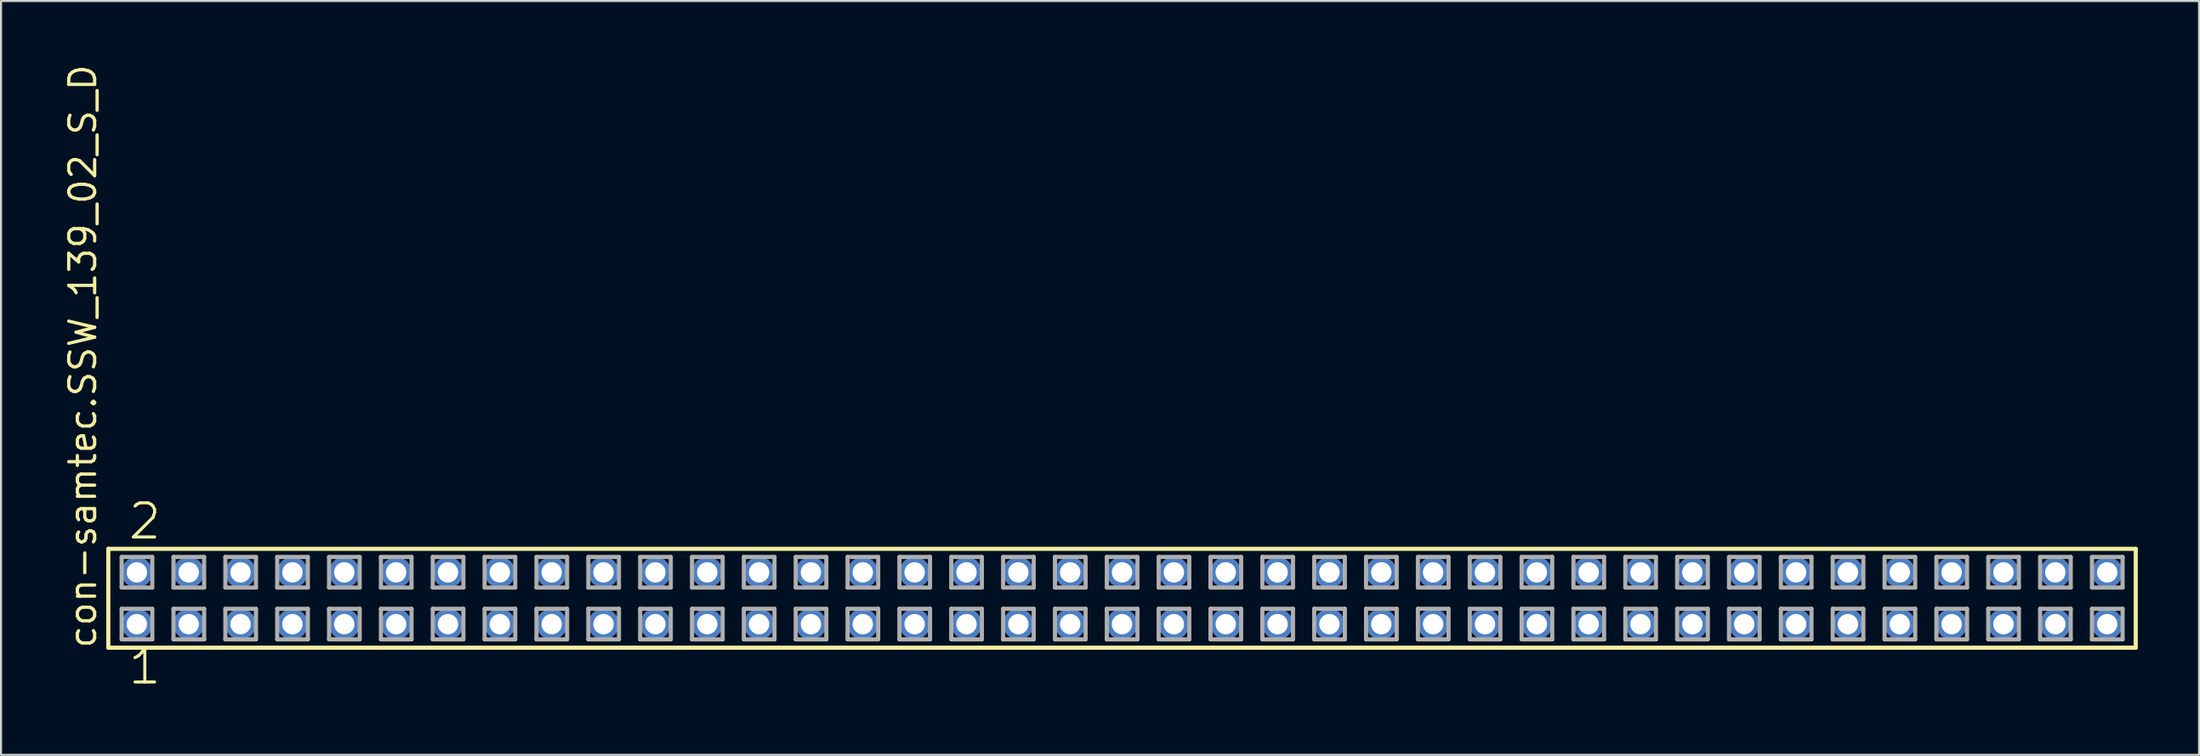
<source format=kicad_pcb>
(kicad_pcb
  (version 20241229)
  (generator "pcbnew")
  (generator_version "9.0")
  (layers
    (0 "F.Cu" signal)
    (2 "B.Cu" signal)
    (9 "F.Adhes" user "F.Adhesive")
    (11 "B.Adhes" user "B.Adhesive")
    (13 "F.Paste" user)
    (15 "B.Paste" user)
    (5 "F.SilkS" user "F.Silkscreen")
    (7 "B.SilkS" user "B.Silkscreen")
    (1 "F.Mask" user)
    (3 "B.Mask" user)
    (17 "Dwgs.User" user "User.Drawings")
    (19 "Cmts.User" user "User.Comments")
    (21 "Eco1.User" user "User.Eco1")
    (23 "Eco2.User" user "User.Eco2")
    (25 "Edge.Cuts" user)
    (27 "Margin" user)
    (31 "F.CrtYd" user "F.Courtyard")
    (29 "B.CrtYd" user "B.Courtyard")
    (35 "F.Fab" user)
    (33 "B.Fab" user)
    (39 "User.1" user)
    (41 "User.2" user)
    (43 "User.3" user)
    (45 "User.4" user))
  (footprint "con-samtec.SSW_139_02_S_D"
    (layer "F.Cu")
    (at 51.915 26.291)
    (property "Reference" "con-samtec.SSW_139_02_S_D" (at -50.165 2.54 90) (layer "F.SilkS") (effects (font (size 1.27 1.27) (thickness 0.16)) (justify left bottom)))
    (attr through_hole)
    (fp_line (start -49.659 -2.425) (end 49.659 -2.425) (stroke (width 0.203) (type default)) (layer "F.SilkS"))
    (fp_line (start -49.659 2.425) (end -49.659 -2.425) (stroke (width 0.203) (type default)) (layer "F.SilkS"))
    (fp_line (start 49.659 -2.425) (end 49.659 2.425) (stroke (width 0.203) (type default)) (layer "F.SilkS"))
    (fp_line (start 49.659 2.425) (end -49.659 2.425) (stroke (width 0.203) (type default)) (layer "F.SilkS"))
    (fp_line (start -49.005 -2.025) (end -47.505 -2.025) (stroke (width 0.203) (type default)) (layer "F.Fab"))
    (fp_line (start -49.005 -0.525) (end -49.005 -2.025) (stroke (width 0.203) (type default)) (layer "F.Fab"))
    (fp_line (start -49.005 0.515) (end -47.505 0.515) (stroke (width 0.203) (type default)) (layer "F.Fab"))
    (fp_line (start -49.005 2.015) (end -49.005 0.515) (stroke (width 0.203) (type default)) (layer "F.Fab"))
    (fp_line (start -47.505 -2.025) (end -47.505 -0.525) (stroke (width 0.203) (type default)) (layer "F.Fab"))
    (fp_line (start -47.505 -0.525) (end -49.005 -0.525) (stroke (width 0.203) (type default)) (layer "F.Fab"))
    (fp_line (start -47.505 0.515) (end -47.505 2.015) (stroke (width 0.203) (type default)) (layer "F.Fab"))
    (fp_line (start -47.505 2.015) (end -49.005 2.015) (stroke (width 0.203) (type default)) (layer "F.Fab"))
    (fp_line (start -46.465 -2.025) (end -44.965 -2.025) (stroke (width 0.203) (type default)) (layer "F.Fab"))
    (fp_line (start -46.465 -0.525) (end -46.465 -2.025) (stroke (width 0.203) (type default)) (layer "F.Fab"))
    (fp_line (start -46.465 0.515) (end -44.965 0.515) (stroke (width 0.203) (type default)) (layer "F.Fab"))
    (fp_line (start -46.465 2.015) (end -46.465 0.515) (stroke (width 0.203) (type default)) (layer "F.Fab"))
    (fp_line (start -44.965 -2.025) (end -44.965 -0.525) (stroke (width 0.203) (type default)) (layer "F.Fab"))
    (fp_line (start -44.965 -0.525) (end -46.465 -0.525) (stroke (width 0.203) (type default)) (layer "F.Fab"))
    (fp_line (start -44.965 0.515) (end -44.965 2.015) (stroke (width 0.203) (type default)) (layer "F.Fab"))
    (fp_line (start -44.965 2.015) (end -46.465 2.015) (stroke (width 0.203) (type default)) (layer "F.Fab"))
    (fp_line (start -43.925 -2.025) (end -42.425 -2.025) (stroke (width 0.203) (type default)) (layer "F.Fab"))
    (fp_line (start -43.925 -0.525) (end -43.925 -2.025) (stroke (width 0.203) (type default)) (layer "F.Fab"))
    (fp_line (start -43.925 0.515) (end -42.425 0.515) (stroke (width 0.203) (type default)) (layer "F.Fab"))
    (fp_line (start -43.925 2.015) (end -43.925 0.515) (stroke (width 0.203) (type default)) (layer "F.Fab"))
    (fp_line (start -42.425 -2.025) (end -42.425 -0.525) (stroke (width 0.203) (type default)) (layer "F.Fab"))
    (fp_line (start -42.425 -0.525) (end -43.925 -0.525) (stroke (width 0.203) (type default)) (layer "F.Fab"))
    (fp_line (start -42.425 0.515) (end -42.425 2.015) (stroke (width 0.203) (type default)) (layer "F.Fab"))
    (fp_line (start -42.425 2.015) (end -43.925 2.015) (stroke (width 0.203) (type default)) (layer "F.Fab"))
    (fp_line (start -41.385 -2.025) (end -39.885 -2.025) (stroke (width 0.203) (type default)) (layer "F.Fab"))
    (fp_line (start -41.385 -0.525) (end -41.385 -2.025) (stroke (width 0.203) (type default)) (layer "F.Fab"))
    (fp_line (start -41.385 0.515) (end -39.885 0.515) (stroke (width 0.203) (type default)) (layer "F.Fab"))
    (fp_line (start -41.385 2.015) (end -41.385 0.515) (stroke (width 0.203) (type default)) (layer "F.Fab"))
    (fp_line (start -39.885 -2.025) (end -39.885 -0.525) (stroke (width 0.203) (type default)) (layer "F.Fab"))
    (fp_line (start -39.885 -0.525) (end -41.385 -0.525) (stroke (width 0.203) (type default)) (layer "F.Fab"))
    (fp_line (start -39.885 0.515) (end -39.885 2.015) (stroke (width 0.203) (type default)) (layer "F.Fab"))
    (fp_line (start -39.885 2.015) (end -41.385 2.015) (stroke (width 0.203) (type default)) (layer "F.Fab"))
    (fp_line (start -38.845 -2.025) (end -37.345 -2.025) (stroke (width 0.203) (type default)) (layer "F.Fab"))
    (fp_line (start -38.845 -0.525) (end -38.845 -2.025) (stroke (width 0.203) (type default)) (layer "F.Fab"))
    (fp_line (start -38.845 0.515) (end -37.345 0.515) (stroke (width 0.203) (type default)) (layer "F.Fab"))
    (fp_line (start -38.845 2.015) (end -38.845 0.515) (stroke (width 0.203) (type default)) (layer "F.Fab"))
    (fp_line (start -37.345 -2.025) (end -37.345 -0.525) (stroke (width 0.203) (type default)) (layer "F.Fab"))
    (fp_line (start -37.345 -0.525) (end -38.845 -0.525) (stroke (width 0.203) (type default)) (layer "F.Fab"))
    (fp_line (start -37.345 0.515) (end -37.345 2.015) (stroke (width 0.203) (type default)) (layer "F.Fab"))
    (fp_line (start -37.345 2.015) (end -38.845 2.015) (stroke (width 0.203) (type default)) (layer "F.Fab"))
    (fp_line (start -36.305 -2.025) (end -34.805 -2.025) (stroke (width 0.203) (type default)) (layer "F.Fab"))
    (fp_line (start -36.305 -0.525) (end -36.305 -2.025) (stroke (width 0.203) (type default)) (layer "F.Fab"))
    (fp_line (start -36.305 0.515) (end -34.805 0.515) (stroke (width 0.203) (type default)) (layer "F.Fab"))
    (fp_line (start -36.305 2.015) (end -36.305 0.515) (stroke (width 0.203) (type default)) (layer "F.Fab"))
    (fp_line (start -34.805 -2.025) (end -34.805 -0.525) (stroke (width 0.203) (type default)) (layer "F.Fab"))
    (fp_line (start -34.805 -0.525) (end -36.305 -0.525) (stroke (width 0.203) (type default)) (layer "F.Fab"))
    (fp_line (start -34.805 0.515) (end -34.805 2.015) (stroke (width 0.203) (type default)) (layer "F.Fab"))
    (fp_line (start -34.805 2.015) (end -36.305 2.015) (stroke (width 0.203) (type default)) (layer "F.Fab"))
    (fp_line (start -33.765 -2.025) (end -32.265 -2.025) (stroke (width 0.203) (type default)) (layer "F.Fab"))
    (fp_line (start -33.765 -0.525) (end -33.765 -2.025) (stroke (width 0.203) (type default)) (layer "F.Fab"))
    (fp_line (start -33.765 0.515) (end -32.265 0.515) (stroke (width 0.203) (type default)) (layer "F.Fab"))
    (fp_line (start -33.765 2.015) (end -33.765 0.515) (stroke (width 0.203) (type default)) (layer "F.Fab"))
    (fp_line (start -32.265 -2.025) (end -32.265 -0.525) (stroke (width 0.203) (type default)) (layer "F.Fab"))
    (fp_line (start -32.265 -0.525) (end -33.765 -0.525) (stroke (width 0.203) (type default)) (layer "F.Fab"))
    (fp_line (start -32.265 0.515) (end -32.265 2.015) (stroke (width 0.203) (type default)) (layer "F.Fab"))
    (fp_line (start -32.265 2.015) (end -33.765 2.015) (stroke (width 0.203) (type default)) (layer "F.Fab"))
    (fp_line (start -31.225 -2.025) (end -29.725 -2.025) (stroke (width 0.203) (type default)) (layer "F.Fab"))
    (fp_line (start -31.225 -0.525) (end -31.225 -2.025) (stroke (width 0.203) (type default)) (layer "F.Fab"))
    (fp_line (start -31.225 0.515) (end -29.725 0.515) (stroke (width 0.203) (type default)) (layer "F.Fab"))
    (fp_line (start -31.225 2.015) (end -31.225 0.515) (stroke (width 0.203) (type default)) (layer "F.Fab"))
    (fp_line (start -29.725 -2.025) (end -29.725 -0.525) (stroke (width 0.203) (type default)) (layer "F.Fab"))
    (fp_line (start -29.725 -0.525) (end -31.225 -0.525) (stroke (width 0.203) (type default)) (layer "F.Fab"))
    (fp_line (start -29.725 0.515) (end -29.725 2.015) (stroke (width 0.203) (type default)) (layer "F.Fab"))
    (fp_line (start -29.725 2.015) (end -31.225 2.015) (stroke (width 0.203) (type default)) (layer "F.Fab"))
    (fp_line (start -28.685 -2.025) (end -27.185 -2.025) (stroke (width 0.203) (type default)) (layer "F.Fab"))
    (fp_line (start -28.685 -0.525) (end -28.685 -2.025) (stroke (width 0.203) (type default)) (layer "F.Fab"))
    (fp_line (start -28.685 0.515) (end -27.185 0.515) (stroke (width 0.203) (type default)) (layer "F.Fab"))
    (fp_line (start -28.685 2.015) (end -28.685 0.515) (stroke (width 0.203) (type default)) (layer "F.Fab"))
    (fp_line (start -27.185 -2.025) (end -27.185 -0.525) (stroke (width 0.203) (type default)) (layer "F.Fab"))
    (fp_line (start -27.185 -0.525) (end -28.685 -0.525) (stroke (width 0.203) (type default)) (layer "F.Fab"))
    (fp_line (start -27.185 0.515) (end -27.185 2.015) (stroke (width 0.203) (type default)) (layer "F.Fab"))
    (fp_line (start -27.185 2.015) (end -28.685 2.015) (stroke (width 0.203) (type default)) (layer "F.Fab"))
    (fp_line (start -26.145 -2.025) (end -24.645 -2.025) (stroke (width 0.203) (type default)) (layer "F.Fab"))
    (fp_line (start -26.145 -0.525) (end -26.145 -2.025) (stroke (width 0.203) (type default)) (layer "F.Fab"))
    (fp_line (start -26.145 0.515) (end -24.645 0.515) (stroke (width 0.203) (type default)) (layer "F.Fab"))
    (fp_line (start -26.145 2.015) (end -26.145 0.515) (stroke (width 0.203) (type default)) (layer "F.Fab"))
    (fp_line (start -24.645 -2.025) (end -24.645 -0.525) (stroke (width 0.203) (type default)) (layer "F.Fab"))
    (fp_line (start -24.645 -0.525) (end -26.145 -0.525) (stroke (width 0.203) (type default)) (layer "F.Fab"))
    (fp_line (start -24.645 0.515) (end -24.645 2.015) (stroke (width 0.203) (type default)) (layer "F.Fab"))
    (fp_line (start -24.645 2.015) (end -26.145 2.015) (stroke (width 0.203) (type default)) (layer "F.Fab"))
    (fp_line (start -23.605 -2.025) (end -22.105 -2.025) (stroke (width 0.203) (type default)) (layer "F.Fab"))
    (fp_line (start -23.605 -0.525) (end -23.605 -2.025) (stroke (width 0.203) (type default)) (layer "F.Fab"))
    (fp_line (start -23.605 0.515) (end -22.105 0.515) (stroke (width 0.203) (type default)) (layer "F.Fab"))
    (fp_line (start -23.605 2.015) (end -23.605 0.515) (stroke (width 0.203) (type default)) (layer "F.Fab"))
    (fp_line (start -22.105 -2.025) (end -22.105 -0.525) (stroke (width 0.203) (type default)) (layer "F.Fab"))
    (fp_line (start -22.105 -0.525) (end -23.605 -0.525) (stroke (width 0.203) (type default)) (layer "F.Fab"))
    (fp_line (start -22.105 0.515) (end -22.105 2.015) (stroke (width 0.203) (type default)) (layer "F.Fab"))
    (fp_line (start -22.105 2.015) (end -23.605 2.015) (stroke (width 0.203) (type default)) (layer "F.Fab"))
    (fp_line (start -21.065 -2.025) (end -19.565 -2.025) (stroke (width 0.203) (type default)) (layer "F.Fab"))
    (fp_line (start -21.065 -0.525) (end -21.065 -2.025) (stroke (width 0.203) (type default)) (layer "F.Fab"))
    (fp_line (start -21.065 0.515) (end -19.565 0.515) (stroke (width 0.203) (type default)) (layer "F.Fab"))
    (fp_line (start -21.065 2.015) (end -21.065 0.515) (stroke (width 0.203) (type default)) (layer "F.Fab"))
    (fp_line (start -19.565 -2.025) (end -19.565 -0.525) (stroke (width 0.203) (type default)) (layer "F.Fab"))
    (fp_line (start -19.565 -0.525) (end -21.065 -0.525) (stroke (width 0.203) (type default)) (layer "F.Fab"))
    (fp_line (start -19.565 0.515) (end -19.565 2.015) (stroke (width 0.203) (type default)) (layer "F.Fab"))
    (fp_line (start -19.565 2.015) (end -21.065 2.015) (stroke (width 0.203) (type default)) (layer "F.Fab"))
    (fp_line (start -18.525 -2.025) (end -17.025 -2.025) (stroke (width 0.203) (type default)) (layer "F.Fab"))
    (fp_line (start -18.525 -0.525) (end -18.525 -2.025) (stroke (width 0.203) (type default)) (layer "F.Fab"))
    (fp_line (start -18.525 0.515) (end -17.025 0.515) (stroke (width 0.203) (type default)) (layer "F.Fab"))
    (fp_line (start -18.525 2.015) (end -18.525 0.515) (stroke (width 0.203) (type default)) (layer "F.Fab"))
    (fp_line (start -17.025 -2.025) (end -17.025 -0.525) (stroke (width 0.203) (type default)) (layer "F.Fab"))
    (fp_line (start -17.025 -0.525) (end -18.525 -0.525) (stroke (width 0.203) (type default)) (layer "F.Fab"))
    (fp_line (start -17.025 0.515) (end -17.025 2.015) (stroke (width 0.203) (type default)) (layer "F.Fab"))
    (fp_line (start -17.025 2.015) (end -18.525 2.015) (stroke (width 0.203) (type default)) (layer "F.Fab"))
    (fp_line (start -15.985 -2.025) (end -14.485 -2.025) (stroke (width 0.203) (type default)) (layer "F.Fab"))
    (fp_line (start -15.985 -0.525) (end -15.985 -2.025) (stroke (width 0.203) (type default)) (layer "F.Fab"))
    (fp_line (start -15.985 0.515) (end -14.485 0.515) (stroke (width 0.203) (type default)) (layer "F.Fab"))
    (fp_line (start -15.985 2.015) (end -15.985 0.515) (stroke (width 0.203) (type default)) (layer "F.Fab"))
    (fp_line (start -14.485 -2.025) (end -14.485 -0.525) (stroke (width 0.203) (type default)) (layer "F.Fab"))
    (fp_line (start -14.485 -0.525) (end -15.985 -0.525) (stroke (width 0.203) (type default)) (layer "F.Fab"))
    (fp_line (start -14.485 0.515) (end -14.485 2.015) (stroke (width 0.203) (type default)) (layer "F.Fab"))
    (fp_line (start -14.485 2.015) (end -15.985 2.015) (stroke (width 0.203) (type default)) (layer "F.Fab"))
    (fp_line (start -13.445 -2.025) (end -11.945 -2.025) (stroke (width 0.203) (type default)) (layer "F.Fab"))
    (fp_line (start -13.445 -0.525) (end -13.445 -2.025) (stroke (width 0.203) (type default)) (layer "F.Fab"))
    (fp_line (start -13.445 0.515) (end -11.945 0.515) (stroke (width 0.203) (type default)) (layer "F.Fab"))
    (fp_line (start -13.445 2.015) (end -13.445 0.515) (stroke (width 0.203) (type default)) (layer "F.Fab"))
    (fp_line (start -11.945 -2.025) (end -11.945 -0.525) (stroke (width 0.203) (type default)) (layer "F.Fab"))
    (fp_line (start -11.945 -0.525) (end -13.445 -0.525) (stroke (width 0.203) (type default)) (layer "F.Fab"))
    (fp_line (start -11.945 0.515) (end -11.945 2.015) (stroke (width 0.203) (type default)) (layer "F.Fab"))
    (fp_line (start -11.945 2.015) (end -13.445 2.015) (stroke (width 0.203) (type default)) (layer "F.Fab"))
    (fp_line (start -10.905 -2.025) (end -9.405 -2.025) (stroke (width 0.203) (type default)) (layer "F.Fab"))
    (fp_line (start -10.905 -0.525) (end -10.905 -2.025) (stroke (width 0.203) (type default)) (layer "F.Fab"))
    (fp_line (start -10.905 0.515) (end -9.405 0.515) (stroke (width 0.203) (type default)) (layer "F.Fab"))
    (fp_line (start -10.905 2.015) (end -10.905 0.515) (stroke (width 0.203) (type default)) (layer "F.Fab"))
    (fp_line (start -9.405 -2.025) (end -9.405 -0.525) (stroke (width 0.203) (type default)) (layer "F.Fab"))
    (fp_line (start -9.405 -0.525) (end -10.905 -0.525) (stroke (width 0.203) (type default)) (layer "F.Fab"))
    (fp_line (start -9.405 0.515) (end -9.405 2.015) (stroke (width 0.203) (type default)) (layer "F.Fab"))
    (fp_line (start -9.405 2.015) (end -10.905 2.015) (stroke (width 0.203) (type default)) (layer "F.Fab"))
    (fp_line (start -8.365 -2.025) (end -6.865 -2.025) (stroke (width 0.203) (type default)) (layer "F.Fab"))
    (fp_line (start -8.365 -0.525) (end -8.365 -2.025) (stroke (width 0.203) (type default)) (layer "F.Fab"))
    (fp_line (start -8.365 0.515) (end -6.865 0.515) (stroke (width 0.203) (type default)) (layer "F.Fab"))
    (fp_line (start -8.365 2.015) (end -8.365 0.515) (stroke (width 0.203) (type default)) (layer "F.Fab"))
    (fp_line (start -6.865 -2.025) (end -6.865 -0.525) (stroke (width 0.203) (type default)) (layer "F.Fab"))
    (fp_line (start -6.865 -0.525) (end -8.365 -0.525) (stroke (width 0.203) (type default)) (layer "F.Fab"))
    (fp_line (start -6.865 0.515) (end -6.865 2.015) (stroke (width 0.203) (type default)) (layer "F.Fab"))
    (fp_line (start -6.865 2.015) (end -8.365 2.015) (stroke (width 0.203) (type default)) (layer "F.Fab"))
    (fp_line (start -5.825 -2.025) (end -4.325 -2.025) (stroke (width 0.203) (type default)) (layer "F.Fab"))
    (fp_line (start -5.825 -0.525) (end -5.825 -2.025) (stroke (width 0.203) (type default)) (layer "F.Fab"))
    (fp_line (start -5.825 0.515) (end -4.325 0.515) (stroke (width 0.203) (type default)) (layer "F.Fab"))
    (fp_line (start -5.825 2.015) (end -5.825 0.515) (stroke (width 0.203) (type default)) (layer "F.Fab"))
    (fp_line (start -4.325 -2.025) (end -4.325 -0.525) (stroke (width 0.203) (type default)) (layer "F.Fab"))
    (fp_line (start -4.325 -0.525) (end -5.825 -0.525) (stroke (width 0.203) (type default)) (layer "F.Fab"))
    (fp_line (start -4.325 0.515) (end -4.325 2.015) (stroke (width 0.203) (type default)) (layer "F.Fab"))
    (fp_line (start -4.325 2.015) (end -5.825 2.015) (stroke (width 0.203) (type default)) (layer "F.Fab"))
    (fp_line (start -3.285 -2.025) (end -1.785 -2.025) (stroke (width 0.203) (type default)) (layer "F.Fab"))
    (fp_line (start -3.285 -0.525) (end -3.285 -2.025) (stroke (width 0.203) (type default)) (layer "F.Fab"))
    (fp_line (start -3.285 0.515) (end -1.785 0.515) (stroke (width 0.203) (type default)) (layer "F.Fab"))
    (fp_line (start -3.285 2.015) (end -3.285 0.515) (stroke (width 0.203) (type default)) (layer "F.Fab"))
    (fp_line (start -1.785 -2.025) (end -1.785 -0.525) (stroke (width 0.203) (type default)) (layer "F.Fab"))
    (fp_line (start -1.785 -0.525) (end -3.285 -0.525) (stroke (width 0.203) (type default)) (layer "F.Fab"))
    (fp_line (start -1.785 0.515) (end -1.785 2.015) (stroke (width 0.203) (type default)) (layer "F.Fab"))
    (fp_line (start -1.785 2.015) (end -3.285 2.015) (stroke (width 0.203) (type default)) (layer "F.Fab"))
    (fp_line (start -0.745 -2.025) (end 0.755 -2.025) (stroke (width 0.203) (type default)) (layer "F.Fab"))
    (fp_line (start -0.745 -0.525) (end -0.745 -2.025) (stroke (width 0.203) (type default)) (layer "F.Fab"))
    (fp_line (start -0.745 0.515) (end 0.755 0.515) (stroke (width 0.203) (type default)) (layer "F.Fab"))
    (fp_line (start -0.745 2.015) (end -0.745 0.515) (stroke (width 0.203) (type default)) (layer "F.Fab"))
    (fp_line (start 0.755 -2.025) (end 0.755 -0.525) (stroke (width 0.203) (type default)) (layer "F.Fab"))
    (fp_line (start 0.755 -0.525) (end -0.745 -0.525) (stroke (width 0.203) (type default)) (layer "F.Fab"))
    (fp_line (start 0.755 0.515) (end 0.755 2.015) (stroke (width 0.203) (type default)) (layer "F.Fab"))
    (fp_line (start 0.755 2.015) (end -0.745 2.015) (stroke (width 0.203) (type default)) (layer "F.Fab"))
    (fp_line (start 1.795 -2.025) (end 3.295 -2.025) (stroke (width 0.203) (type default)) (layer "F.Fab"))
    (fp_line (start 1.795 -0.525) (end 1.795 -2.025) (stroke (width 0.203) (type default)) (layer "F.Fab"))
    (fp_line (start 1.795 0.515) (end 3.295 0.515) (stroke (width 0.203) (type default)) (layer "F.Fab"))
    (fp_line (start 1.795 2.015) (end 1.795 0.515) (stroke (width 0.203) (type default)) (layer "F.Fab"))
    (fp_line (start 3.295 -2.025) (end 3.295 -0.525) (stroke (width 0.203) (type default)) (layer "F.Fab"))
    (fp_line (start 3.295 -0.525) (end 1.795 -0.525) (stroke (width 0.203) (type default)) (layer "F.Fab"))
    (fp_line (start 3.295 0.515) (end 3.295 2.015) (stroke (width 0.203) (type default)) (layer "F.Fab"))
    (fp_line (start 3.295 2.015) (end 1.795 2.015) (stroke (width 0.203) (type default)) (layer "F.Fab"))
    (fp_line (start 4.335 -2.025) (end 5.835 -2.025) (stroke (width 0.203) (type default)) (layer "F.Fab"))
    (fp_line (start 4.335 -0.525) (end 4.335 -2.025) (stroke (width 0.203) (type default)) (layer "F.Fab"))
    (fp_line (start 4.335 0.515) (end 5.835 0.515) (stroke (width 0.203) (type default)) (layer "F.Fab"))
    (fp_line (start 4.335 2.015) (end 4.335 0.515) (stroke (width 0.203) (type default)) (layer "F.Fab"))
    (fp_line (start 5.835 -2.025) (end 5.835 -0.525) (stroke (width 0.203) (type default)) (layer "F.Fab"))
    (fp_line (start 5.835 -0.525) (end 4.335 -0.525) (stroke (width 0.203) (type default)) (layer "F.Fab"))
    (fp_line (start 5.835 0.515) (end 5.835 2.015) (stroke (width 0.203) (type default)) (layer "F.Fab"))
    (fp_line (start 5.835 2.015) (end 4.335 2.015) (stroke (width 0.203) (type default)) (layer "F.Fab"))
    (fp_line (start 6.875 -2.025) (end 8.375 -2.025) (stroke (width 0.203) (type default)) (layer "F.Fab"))
    (fp_line (start 6.875 -0.525) (end 6.875 -2.025) (stroke (width 0.203) (type default)) (layer "F.Fab"))
    (fp_line (start 6.875 0.515) (end 8.375 0.515) (stroke (width 0.203) (type default)) (layer "F.Fab"))
    (fp_line (start 6.875 2.015) (end 6.875 0.515) (stroke (width 0.203) (type default)) (layer "F.Fab"))
    (fp_line (start 8.375 -2.025) (end 8.375 -0.525) (stroke (width 0.203) (type default)) (layer "F.Fab"))
    (fp_line (start 8.375 -0.525) (end 6.875 -0.525) (stroke (width 0.203) (type default)) (layer "F.Fab"))
    (fp_line (start 8.375 0.515) (end 8.375 2.015) (stroke (width 0.203) (type default)) (layer "F.Fab"))
    (fp_line (start 8.375 2.015) (end 6.875 2.015) (stroke (width 0.203) (type default)) (layer "F.Fab"))
    (fp_line (start 9.415 -2.025) (end 10.915 -2.025) (stroke (width 0.203) (type default)) (layer "F.Fab"))
    (fp_line (start 9.415 -0.525) (end 9.415 -2.025) (stroke (width 0.203) (type default)) (layer "F.Fab"))
    (fp_line (start 9.415 0.515) (end 10.915 0.515) (stroke (width 0.203) (type default)) (layer "F.Fab"))
    (fp_line (start 9.415 2.015) (end 9.415 0.515) (stroke (width 0.203) (type default)) (layer "F.Fab"))
    (fp_line (start 10.915 -2.025) (end 10.915 -0.525) (stroke (width 0.203) (type default)) (layer "F.Fab"))
    (fp_line (start 10.915 -0.525) (end 9.415 -0.525) (stroke (width 0.203) (type default)) (layer "F.Fab"))
    (fp_line (start 10.915 0.515) (end 10.915 2.015) (stroke (width 0.203) (type default)) (layer "F.Fab"))
    (fp_line (start 10.915 2.015) (end 9.415 2.015) (stroke (width 0.203) (type default)) (layer "F.Fab"))
    (fp_line (start 11.955 -2.025) (end 13.455 -2.025) (stroke (width 0.203) (type default)) (layer "F.Fab"))
    (fp_line (start 11.955 -0.525) (end 11.955 -2.025) (stroke (width 0.203) (type default)) (layer "F.Fab"))
    (fp_line (start 11.955 0.515) (end 13.455 0.515) (stroke (width 0.203) (type default)) (layer "F.Fab"))
    (fp_line (start 11.955 2.015) (end 11.955 0.515) (stroke (width 0.203) (type default)) (layer "F.Fab"))
    (fp_line (start 13.455 -2.025) (end 13.455 -0.525) (stroke (width 0.203) (type default)) (layer "F.Fab"))
    (fp_line (start 13.455 -0.525) (end 11.955 -0.525) (stroke (width 0.203) (type default)) (layer "F.Fab"))
    (fp_line (start 13.455 0.515) (end 13.455 2.015) (stroke (width 0.203) (type default)) (layer "F.Fab"))
    (fp_line (start 13.455 2.015) (end 11.955 2.015) (stroke (width 0.203) (type default)) (layer "F.Fab"))
    (fp_line (start 14.495 -2.025) (end 15.995 -2.025) (stroke (width 0.203) (type default)) (layer "F.Fab"))
    (fp_line (start 14.495 -0.525) (end 14.495 -2.025) (stroke (width 0.203) (type default)) (layer "F.Fab"))
    (fp_line (start 14.495 0.515) (end 15.995 0.515) (stroke (width 0.203) (type default)) (layer "F.Fab"))
    (fp_line (start 14.495 2.015) (end 14.495 0.515) (stroke (width 0.203) (type default)) (layer "F.Fab"))
    (fp_line (start 15.995 -2.025) (end 15.995 -0.525) (stroke (width 0.203) (type default)) (layer "F.Fab"))
    (fp_line (start 15.995 -0.525) (end 14.495 -0.525) (stroke (width 0.203) (type default)) (layer "F.Fab"))
    (fp_line (start 15.995 0.515) (end 15.995 2.015) (stroke (width 0.203) (type default)) (layer "F.Fab"))
    (fp_line (start 15.995 2.015) (end 14.495 2.015) (stroke (width 0.203) (type default)) (layer "F.Fab"))
    (fp_line (start 17.035 -2.025) (end 18.535 -2.025) (stroke (width 0.203) (type default)) (layer "F.Fab"))
    (fp_line (start 17.035 -0.525) (end 17.035 -2.025) (stroke (width 0.203) (type default)) (layer "F.Fab"))
    (fp_line (start 17.035 0.515) (end 18.535 0.515) (stroke (width 0.203) (type default)) (layer "F.Fab"))
    (fp_line (start 17.035 2.015) (end 17.035 0.515) (stroke (width 0.203) (type default)) (layer "F.Fab"))
    (fp_line (start 18.535 -2.025) (end 18.535 -0.525) (stroke (width 0.203) (type default)) (layer "F.Fab"))
    (fp_line (start 18.535 -0.525) (end 17.035 -0.525) (stroke (width 0.203) (type default)) (layer "F.Fab"))
    (fp_line (start 18.535 0.515) (end 18.535 2.015) (stroke (width 0.203) (type default)) (layer "F.Fab"))
    (fp_line (start 18.535 2.015) (end 17.035 2.015) (stroke (width 0.203) (type default)) (layer "F.Fab"))
    (fp_line (start 19.575 -2.025) (end 21.075 -2.025) (stroke (width 0.203) (type default)) (layer "F.Fab"))
    (fp_line (start 19.575 -0.525) (end 19.575 -2.025) (stroke (width 0.203) (type default)) (layer "F.Fab"))
    (fp_line (start 19.575 0.515) (end 21.075 0.515) (stroke (width 0.203) (type default)) (layer "F.Fab"))
    (fp_line (start 19.575 2.015) (end 19.575 0.515) (stroke (width 0.203) (type default)) (layer "F.Fab"))
    (fp_line (start 21.075 -2.025) (end 21.075 -0.525) (stroke (width 0.203) (type default)) (layer "F.Fab"))
    (fp_line (start 21.075 -0.525) (end 19.575 -0.525) (stroke (width 0.203) (type default)) (layer "F.Fab"))
    (fp_line (start 21.075 0.515) (end 21.075 2.015) (stroke (width 0.203) (type default)) (layer "F.Fab"))
    (fp_line (start 21.075 2.015) (end 19.575 2.015) (stroke (width 0.203) (type default)) (layer "F.Fab"))
    (fp_line (start 22.115 -2.025) (end 23.615 -2.025) (stroke (width 0.203) (type default)) (layer "F.Fab"))
    (fp_line (start 22.115 -0.525) (end 22.115 -2.025) (stroke (width 0.203) (type default)) (layer "F.Fab"))
    (fp_line (start 22.115 0.515) (end 23.615 0.515) (stroke (width 0.203) (type default)) (layer "F.Fab"))
    (fp_line (start 22.115 2.015) (end 22.115 0.515) (stroke (width 0.203) (type default)) (layer "F.Fab"))
    (fp_line (start 23.615 -2.025) (end 23.615 -0.525) (stroke (width 0.203) (type default)) (layer "F.Fab"))
    (fp_line (start 23.615 -0.525) (end 22.115 -0.525) (stroke (width 0.203) (type default)) (layer "F.Fab"))
    (fp_line (start 23.615 0.515) (end 23.615 2.015) (stroke (width 0.203) (type default)) (layer "F.Fab"))
    (fp_line (start 23.615 2.015) (end 22.115 2.015) (stroke (width 0.203) (type default)) (layer "F.Fab"))
    (fp_line (start 24.655 -2.025) (end 26.155 -2.025) (stroke (width 0.203) (type default)) (layer "F.Fab"))
    (fp_line (start 24.655 -0.525) (end 24.655 -2.025) (stroke (width 0.203) (type default)) (layer "F.Fab"))
    (fp_line (start 24.655 0.515) (end 26.155 0.515) (stroke (width 0.203) (type default)) (layer "F.Fab"))
    (fp_line (start 24.655 2.015) (end 24.655 0.515) (stroke (width 0.203) (type default)) (layer "F.Fab"))
    (fp_line (start 26.155 -2.025) (end 26.155 -0.525) (stroke (width 0.203) (type default)) (layer "F.Fab"))
    (fp_line (start 26.155 -0.525) (end 24.655 -0.525) (stroke (width 0.203) (type default)) (layer "F.Fab"))
    (fp_line (start 26.155 0.515) (end 26.155 2.015) (stroke (width 0.203) (type default)) (layer "F.Fab"))
    (fp_line (start 26.155 2.015) (end 24.655 2.015) (stroke (width 0.203) (type default)) (layer "F.Fab"))
    (fp_line (start 27.195 -2.025) (end 28.695 -2.025) (stroke (width 0.203) (type default)) (layer "F.Fab"))
    (fp_line (start 27.195 -0.525) (end 27.195 -2.025) (stroke (width 0.203) (type default)) (layer "F.Fab"))
    (fp_line (start 27.195 0.515) (end 28.695 0.515) (stroke (width 0.203) (type default)) (layer "F.Fab"))
    (fp_line (start 27.195 2.015) (end 27.195 0.515) (stroke (width 0.203) (type default)) (layer "F.Fab"))
    (fp_line (start 28.695 -2.025) (end 28.695 -0.525) (stroke (width 0.203) (type default)) (layer "F.Fab"))
    (fp_line (start 28.695 -0.525) (end 27.195 -0.525) (stroke (width 0.203) (type default)) (layer "F.Fab"))
    (fp_line (start 28.695 0.515) (end 28.695 2.015) (stroke (width 0.203) (type default)) (layer "F.Fab"))
    (fp_line (start 28.695 2.015) (end 27.195 2.015) (stroke (width 0.203) (type default)) (layer "F.Fab"))
    (fp_line (start 29.735 -2.025) (end 31.235 -2.025) (stroke (width 0.203) (type default)) (layer "F.Fab"))
    (fp_line (start 29.735 -0.525) (end 29.735 -2.025) (stroke (width 0.203) (type default)) (layer "F.Fab"))
    (fp_line (start 29.735 0.515) (end 31.235 0.515) (stroke (width 0.203) (type default)) (layer "F.Fab"))
    (fp_line (start 29.735 2.015) (end 29.735 0.515) (stroke (width 0.203) (type default)) (layer "F.Fab"))
    (fp_line (start 31.235 -2.025) (end 31.235 -0.525) (stroke (width 0.203) (type default)) (layer "F.Fab"))
    (fp_line (start 31.235 -0.525) (end 29.735 -0.525) (stroke (width 0.203) (type default)) (layer "F.Fab"))
    (fp_line (start 31.235 0.515) (end 31.235 2.015) (stroke (width 0.203) (type default)) (layer "F.Fab"))
    (fp_line (start 31.235 2.015) (end 29.735 2.015) (stroke (width 0.203) (type default)) (layer "F.Fab"))
    (fp_line (start 32.275 -2.025) (end 33.775 -2.025) (stroke (width 0.203) (type default)) (layer "F.Fab"))
    (fp_line (start 32.275 -0.525) (end 32.275 -2.025) (stroke (width 0.203) (type default)) (layer "F.Fab"))
    (fp_line (start 32.275 0.515) (end 33.775 0.515) (stroke (width 0.203) (type default)) (layer "F.Fab"))
    (fp_line (start 32.275 2.015) (end 32.275 0.515) (stroke (width 0.203) (type default)) (layer "F.Fab"))
    (fp_line (start 33.775 -2.025) (end 33.775 -0.525) (stroke (width 0.203) (type default)) (layer "F.Fab"))
    (fp_line (start 33.775 -0.525) (end 32.275 -0.525) (stroke (width 0.203) (type default)) (layer "F.Fab"))
    (fp_line (start 33.775 0.515) (end 33.775 2.015) (stroke (width 0.203) (type default)) (layer "F.Fab"))
    (fp_line (start 33.775 2.015) (end 32.275 2.015) (stroke (width 0.203) (type default)) (layer "F.Fab"))
    (fp_line (start 34.815 -2.025) (end 36.315 -2.025) (stroke (width 0.203) (type default)) (layer "F.Fab"))
    (fp_line (start 34.815 -0.525) (end 34.815 -2.025) (stroke (width 0.203) (type default)) (layer "F.Fab"))
    (fp_line (start 34.815 0.515) (end 36.315 0.515) (stroke (width 0.203) (type default)) (layer "F.Fab"))
    (fp_line (start 34.815 2.015) (end 34.815 0.515) (stroke (width 0.203) (type default)) (layer "F.Fab"))
    (fp_line (start 36.315 -2.025) (end 36.315 -0.525) (stroke (width 0.203) (type default)) (layer "F.Fab"))
    (fp_line (start 36.315 -0.525) (end 34.815 -0.525) (stroke (width 0.203) (type default)) (layer "F.Fab"))
    (fp_line (start 36.315 0.515) (end 36.315 2.015) (stroke (width 0.203) (type default)) (layer "F.Fab"))
    (fp_line (start 36.315 2.015) (end 34.815 2.015) (stroke (width 0.203) (type default)) (layer "F.Fab"))
    (fp_line (start 37.355 -2.025) (end 38.855 -2.025) (stroke (width 0.203) (type default)) (layer "F.Fab"))
    (fp_line (start 37.355 -0.525) (end 37.355 -2.025) (stroke (width 0.203) (type default)) (layer "F.Fab"))
    (fp_line (start 37.355 0.515) (end 38.855 0.515) (stroke (width 0.203) (type default)) (layer "F.Fab"))
    (fp_line (start 37.355 2.015) (end 37.355 0.515) (stroke (width 0.203) (type default)) (layer "F.Fab"))
    (fp_line (start 38.855 -2.025) (end 38.855 -0.525) (stroke (width 0.203) (type default)) (layer "F.Fab"))
    (fp_line (start 38.855 -0.525) (end 37.355 -0.525) (stroke (width 0.203) (type default)) (layer "F.Fab"))
    (fp_line (start 38.855 0.515) (end 38.855 2.015) (stroke (width 0.203) (type default)) (layer "F.Fab"))
    (fp_line (start 38.855 2.015) (end 37.355 2.015) (stroke (width 0.203) (type default)) (layer "F.Fab"))
    (fp_line (start 39.895 -2.025) (end 41.395 -2.025) (stroke (width 0.203) (type default)) (layer "F.Fab"))
    (fp_line (start 39.895 -0.525) (end 39.895 -2.025) (stroke (width 0.203) (type default)) (layer "F.Fab"))
    (fp_line (start 39.895 0.515) (end 41.395 0.515) (stroke (width 0.203) (type default)) (layer "F.Fab"))
    (fp_line (start 39.895 2.015) (end 39.895 0.515) (stroke (width 0.203) (type default)) (layer "F.Fab"))
    (fp_line (start 41.395 -2.025) (end 41.395 -0.525) (stroke (width 0.203) (type default)) (layer "F.Fab"))
    (fp_line (start 41.395 -0.525) (end 39.895 -0.525) (stroke (width 0.203) (type default)) (layer "F.Fab"))
    (fp_line (start 41.395 0.515) (end 41.395 2.015) (stroke (width 0.203) (type default)) (layer "F.Fab"))
    (fp_line (start 41.395 2.015) (end 39.895 2.015) (stroke (width 0.203) (type default)) (layer "F.Fab"))
    (fp_line (start 42.435 -2.025) (end 43.935 -2.025) (stroke (width 0.203) (type default)) (layer "F.Fab"))
    (fp_line (start 42.435 -0.525) (end 42.435 -2.025) (stroke (width 0.203) (type default)) (layer "F.Fab"))
    (fp_line (start 42.435 0.515) (end 43.935 0.515) (stroke (width 0.203) (type default)) (layer "F.Fab"))
    (fp_line (start 42.435 2.015) (end 42.435 0.515) (stroke (width 0.203) (type default)) (layer "F.Fab"))
    (fp_line (start 43.935 -2.025) (end 43.935 -0.525) (stroke (width 0.203) (type default)) (layer "F.Fab"))
    (fp_line (start 43.935 -0.525) (end 42.435 -0.525) (stroke (width 0.203) (type default)) (layer "F.Fab"))
    (fp_line (start 43.935 0.515) (end 43.935 2.015) (stroke (width 0.203) (type default)) (layer "F.Fab"))
    (fp_line (start 43.935 2.015) (end 42.435 2.015) (stroke (width 0.203) (type default)) (layer "F.Fab"))
    (fp_line (start 44.975 -2.025) (end 46.475 -2.025) (stroke (width 0.203) (type default)) (layer "F.Fab"))
    (fp_line (start 44.975 -0.525) (end 44.975 -2.025) (stroke (width 0.203) (type default)) (layer "F.Fab"))
    (fp_line (start 44.975 0.515) (end 46.475 0.515) (stroke (width 0.203) (type default)) (layer "F.Fab"))
    (fp_line (start 44.975 2.015) (end 44.975 0.515) (stroke (width 0.203) (type default)) (layer "F.Fab"))
    (fp_line (start 46.475 -2.025) (end 46.475 -0.525) (stroke (width 0.203) (type default)) (layer "F.Fab"))
    (fp_line (start 46.475 -0.525) (end 44.975 -0.525) (stroke (width 0.203) (type default)) (layer "F.Fab"))
    (fp_line (start 46.475 0.515) (end 46.475 2.015) (stroke (width 0.203) (type default)) (layer "F.Fab"))
    (fp_line (start 46.475 2.015) (end 44.975 2.015) (stroke (width 0.203) (type default)) (layer "F.Fab"))
    (fp_line (start 47.515 -2.025) (end 49.015 -2.025) (stroke (width 0.203) (type default)) (layer "F.Fab"))
    (fp_line (start 47.515 -0.525) (end 47.515 -2.025) (stroke (width 0.203) (type default)) (layer "F.Fab"))
    (fp_line (start 47.515 0.515) (end 49.015 0.515) (stroke (width 0.203) (type default)) (layer "F.Fab"))
    (fp_line (start 47.515 2.015) (end 47.515 0.515) (stroke (width 0.203) (type default)) (layer "F.Fab"))
    (fp_line (start 49.015 -2.025) (end 49.015 -0.525) (stroke (width 0.203) (type default)) (layer "F.Fab"))
    (fp_line (start 49.015 -0.525) (end 47.515 -0.525) (stroke (width 0.203) (type default)) (layer "F.Fab"))
    (fp_line (start 49.015 0.515) (end 49.015 2.015) (stroke (width 0.203) (type default)) (layer "F.Fab"))
    (fp_line (start 49.015 2.015) (end 47.515 2.015) (stroke (width 0.203) (type default)) (layer "F.Fab"))
    (fp_text user "2" (at -48.768 -2.794 0) (layer "F.SilkS") (effects (font (size 1.676 1.676) (thickness 0.15)) (justify left bottom)))
    (fp_text user "1" (at -48.768 4.318 0) (layer "F.SilkS") (effects (font (size 1.676 1.676) (thickness 0.15)) (justify left bottom)))
    (pad "1" thru_hole circle (at -48.26 1.27) (size 1.5 1.5) (drill 1) (layers "*.Cu" "*.Mask"))
    (pad "2" thru_hole circle (at -48.26 -1.27) (size 1.5 1.5) (drill 1) (layers "*.Cu" "*.Mask"))
    (pad "3" thru_hole circle (at -45.72 1.27) (size 1.5 1.5) (drill 1) (layers "*.Cu" "*.Mask"))
    (pad "4" thru_hole circle (at -45.72 -1.27) (size 1.5 1.5) (drill 1) (layers "*.Cu" "*.Mask"))
    (pad "5" thru_hole circle (at -43.18 1.27) (size 1.5 1.5) (drill 1) (layers "*.Cu" "*.Mask"))
    (pad "6" thru_hole circle (at -43.18 -1.27) (size 1.5 1.5) (drill 1) (layers "*.Cu" "*.Mask"))
    (pad "7" thru_hole circle (at -40.64 1.27) (size 1.5 1.5) (drill 1) (layers "*.Cu" "*.Mask"))
    (pad "8" thru_hole circle (at -40.64 -1.27) (size 1.5 1.5) (drill 1) (layers "*.Cu" "*.Mask"))
    (pad "9" thru_hole circle (at -38.1 1.27) (size 1.5 1.5) (drill 1) (layers "*.Cu" "*.Mask"))
    (pad "10" thru_hole circle (at -38.1 -1.27) (size 1.5 1.5) (drill 1) (layers "*.Cu" "*.Mask"))
    (pad "11" thru_hole circle (at -35.56 1.27) (size 1.5 1.5) (drill 1) (layers "*.Cu" "*.Mask"))
    (pad "12" thru_hole circle (at -35.56 -1.27) (size 1.5 1.5) (drill 1) (layers "*.Cu" "*.Mask"))
    (pad "13" thru_hole circle (at -33.02 1.27) (size 1.5 1.5) (drill 1) (layers "*.Cu" "*.Mask"))
    (pad "14" thru_hole circle (at -33.02 -1.27) (size 1.5 1.5) (drill 1) (layers "*.Cu" "*.Mask"))
    (pad "15" thru_hole circle (at -30.48 1.27) (size 1.5 1.5) (drill 1) (layers "*.Cu" "*.Mask"))
    (pad "16" thru_hole circle (at -30.48 -1.27) (size 1.5 1.5) (drill 1) (layers "*.Cu" "*.Mask"))
    (pad "17" thru_hole circle (at -27.94 1.27) (size 1.5 1.5) (drill 1) (layers "*.Cu" "*.Mask"))
    (pad "18" thru_hole circle (at -27.94 -1.27) (size 1.5 1.5) (drill 1) (layers "*.Cu" "*.Mask"))
    (pad "19" thru_hole circle (at -25.4 1.27) (size 1.5 1.5) (drill 1) (layers "*.Cu" "*.Mask"))
    (pad "20" thru_hole circle (at -25.4 -1.27) (size 1.5 1.5) (drill 1) (layers "*.Cu" "*.Mask"))
    (pad "21" thru_hole circle (at -22.86 1.27) (size 1.5 1.5) (drill 1) (layers "*.Cu" "*.Mask"))
    (pad "22" thru_hole circle (at -22.86 -1.27) (size 1.5 1.5) (drill 1) (layers "*.Cu" "*.Mask"))
    (pad "23" thru_hole circle (at -20.32 1.27) (size 1.5 1.5) (drill 1) (layers "*.Cu" "*.Mask"))
    (pad "24" thru_hole circle (at -20.32 -1.27) (size 1.5 1.5) (drill 1) (layers "*.Cu" "*.Mask"))
    (pad "25" thru_hole circle (at -17.78 1.27) (size 1.5 1.5) (drill 1) (layers "*.Cu" "*.Mask"))
    (pad "26" thru_hole circle (at -17.78 -1.27) (size 1.5 1.5) (drill 1) (layers "*.Cu" "*.Mask"))
    (pad "27" thru_hole circle (at -15.24 1.27) (size 1.5 1.5) (drill 1) (layers "*.Cu" "*.Mask"))
    (pad "28" thru_hole circle (at -15.24 -1.27) (size 1.5 1.5) (drill 1) (layers "*.Cu" "*.Mask"))
    (pad "29" thru_hole circle (at -12.7 1.27) (size 1.5 1.5) (drill 1) (layers "*.Cu" "*.Mask"))
    (pad "30" thru_hole circle (at -12.7 -1.27) (size 1.5 1.5) (drill 1) (layers "*.Cu" "*.Mask"))
    (pad "31" thru_hole circle (at -10.16 1.27) (size 1.5 1.5) (drill 1) (layers "*.Cu" "*.Mask"))
    (pad "32" thru_hole circle (at -10.16 -1.27) (size 1.5 1.5) (drill 1) (layers "*.Cu" "*.Mask"))
    (pad "33" thru_hole circle (at -7.62 1.27) (size 1.5 1.5) (drill 1) (layers "*.Cu" "*.Mask"))
    (pad "34" thru_hole circle (at -7.62 -1.27) (size 1.5 1.5) (drill 1) (layers "*.Cu" "*.Mask"))
    (pad "35" thru_hole circle (at -5.08 1.27) (size 1.5 1.5) (drill 1) (layers "*.Cu" "*.Mask"))
    (pad "36" thru_hole circle (at -5.08 -1.27) (size 1.5 1.5) (drill 1) (layers "*.Cu" "*.Mask"))
    (pad "37" thru_hole circle (at -2.54 1.27) (size 1.5 1.5) (drill 1) (layers "*.Cu" "*.Mask"))
    (pad "38" thru_hole circle (at -2.54 -1.27) (size 1.5 1.5) (drill 1) (layers "*.Cu" "*.Mask"))
    (pad "39" thru_hole circle (at 0 1.27) (size 1.5 1.5) (drill 1) (layers "*.Cu" "*.Mask"))
    (pad "40" thru_hole circle (at 0 -1.27) (size 1.5 1.5) (drill 1) (layers "*.Cu" "*.Mask"))
    (pad "41" thru_hole circle (at 2.54 1.27) (size 1.5 1.5) (drill 1) (layers "*.Cu" "*.Mask"))
    (pad "42" thru_hole circle (at 2.54 -1.27) (size 1.5 1.5) (drill 1) (layers "*.Cu" "*.Mask"))
    (pad "43" thru_hole circle (at 5.08 1.27) (size 1.5 1.5) (drill 1) (layers "*.Cu" "*.Mask"))
    (pad "44" thru_hole circle (at 5.08 -1.27) (size 1.5 1.5) (drill 1) (layers "*.Cu" "*.Mask"))
    (pad "45" thru_hole circle (at 7.62 1.27) (size 1.5 1.5) (drill 1) (layers "*.Cu" "*.Mask"))
    (pad "46" thru_hole circle (at 7.62 -1.27) (size 1.5 1.5) (drill 1) (layers "*.Cu" "*.Mask"))
    (pad "47" thru_hole circle (at 10.16 1.27) (size 1.5 1.5) (drill 1) (layers "*.Cu" "*.Mask"))
    (pad "48" thru_hole circle (at 10.16 -1.27) (size 1.5 1.5) (drill 1) (layers "*.Cu" "*.Mask"))
    (pad "49" thru_hole circle (at 12.7 1.27) (size 1.5 1.5) (drill 1) (layers "*.Cu" "*.Mask"))
    (pad "50" thru_hole circle (at 12.7 -1.27) (size 1.5 1.5) (drill 1) (layers "*.Cu" "*.Mask"))
    (pad "51" thru_hole circle (at 15.24 1.27) (size 1.5 1.5) (drill 1) (layers "*.Cu" "*.Mask"))
    (pad "52" thru_hole circle (at 15.24 -1.27) (size 1.5 1.5) (drill 1) (layers "*.Cu" "*.Mask"))
    (pad "53" thru_hole circle (at 17.78 1.27) (size 1.5 1.5) (drill 1) (layers "*.Cu" "*.Mask"))
    (pad "54" thru_hole circle (at 17.78 -1.27) (size 1.5 1.5) (drill 1) (layers "*.Cu" "*.Mask"))
    (pad "55" thru_hole circle (at 20.32 1.27) (size 1.5 1.5) (drill 1) (layers "*.Cu" "*.Mask"))
    (pad "56" thru_hole circle (at 20.32 -1.27) (size 1.5 1.5) (drill 1) (layers "*.Cu" "*.Mask"))
    (pad "57" thru_hole circle (at 22.86 1.27) (size 1.5 1.5) (drill 1) (layers "*.Cu" "*.Mask"))
    (pad "58" thru_hole circle (at 22.86 -1.27) (size 1.5 1.5) (drill 1) (layers "*.Cu" "*.Mask"))
    (pad "59" thru_hole circle (at 25.4 1.27) (size 1.5 1.5) (drill 1) (layers "*.Cu" "*.Mask"))
    (pad "60" thru_hole circle (at 25.4 -1.27) (size 1.5 1.5) (drill 1) (layers "*.Cu" "*.Mask"))
    (pad "61" thru_hole circle (at 27.94 1.27) (size 1.5 1.5) (drill 1) (layers "*.Cu" "*.Mask"))
    (pad "62" thru_hole circle (at 27.94 -1.27) (size 1.5 1.5) (drill 1) (layers "*.Cu" "*.Mask"))
    (pad "63" thru_hole circle (at 30.48 1.27) (size 1.5 1.5) (drill 1) (layers "*.Cu" "*.Mask"))
    (pad "64" thru_hole circle (at 30.48 -1.27) (size 1.5 1.5) (drill 1) (layers "*.Cu" "*.Mask"))
    (pad "65" thru_hole circle (at 33.02 1.27) (size 1.5 1.5) (drill 1) (layers "*.Cu" "*.Mask"))
    (pad "66" thru_hole circle (at 33.02 -1.27) (size 1.5 1.5) (drill 1) (layers "*.Cu" "*.Mask"))
    (pad "67" thru_hole circle (at 35.56 1.27) (size 1.5 1.5) (drill 1) (layers "*.Cu" "*.Mask"))
    (pad "68" thru_hole circle (at 35.56 -1.27) (size 1.5 1.5) (drill 1) (layers "*.Cu" "*.Mask"))
    (pad "69" thru_hole circle (at 38.1 1.27) (size 1.5 1.5) (drill 1) (layers "*.Cu" "*.Mask"))
    (pad "70" thru_hole circle (at 38.1 -1.27) (size 1.5 1.5) (drill 1) (layers "*.Cu" "*.Mask"))
    (pad "71" thru_hole circle (at 40.64 1.27) (size 1.5 1.5) (drill 1) (layers "*.Cu" "*.Mask"))
    (pad "72" thru_hole circle (at 40.64 -1.27) (size 1.5 1.5) (drill 1) (layers "*.Cu" "*.Mask"))
    (pad "73" thru_hole circle (at 43.18 1.27) (size 1.5 1.5) (drill 1) (layers "*.Cu" "*.Mask"))
    (pad "74" thru_hole circle (at 43.18 -1.27) (size 1.5 1.5) (drill 1) (layers "*.Cu" "*.Mask"))
    (pad "75" thru_hole circle (at 45.72 1.27) (size 1.5 1.5) (drill 1) (layers "*.Cu" "*.Mask"))
    (pad "76" thru_hole circle (at 45.72 -1.27) (size 1.5 1.5) (drill 1) (layers "*.Cu" "*.Mask"))
    (pad "77" thru_hole circle (at 48.26 1.27) (size 1.5 1.5) (drill 1) (layers "*.Cu" "*.Mask"))
    (pad "78" thru_hole circle (at 48.26 -1.27) (size 1.5 1.5) (drill 1) (layers "*.Cu" "*.Mask")))
  (gr_rect
    (start -3 -3)
    (end 104.676 33.971)
    (stroke (width 0.1) (type default))
    (fill no)
    (layer "Edge.Cuts")))
</source>
